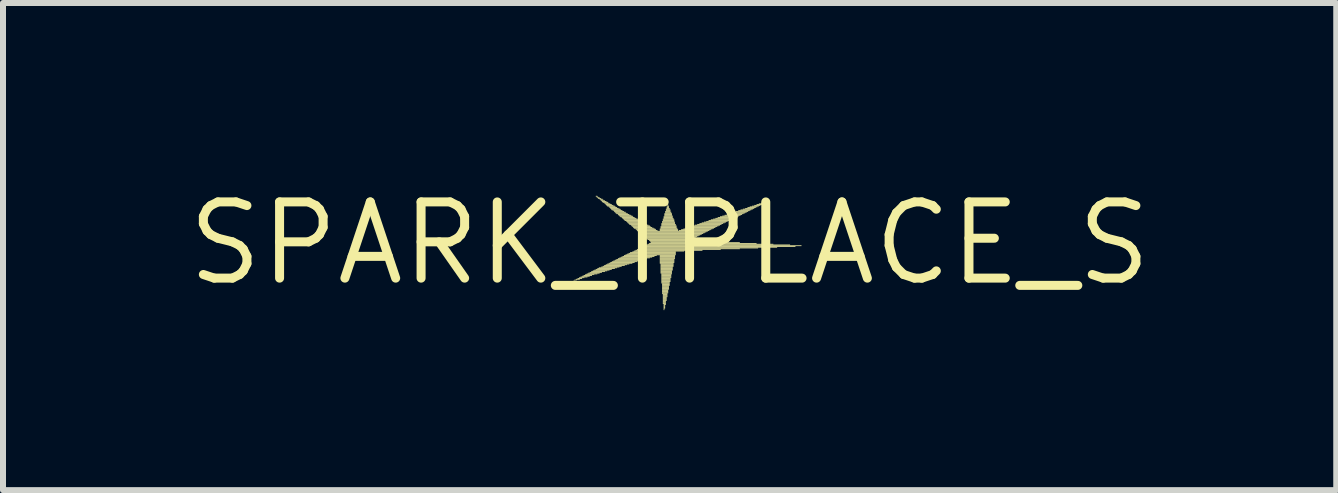
<source format=kicad_pcb>
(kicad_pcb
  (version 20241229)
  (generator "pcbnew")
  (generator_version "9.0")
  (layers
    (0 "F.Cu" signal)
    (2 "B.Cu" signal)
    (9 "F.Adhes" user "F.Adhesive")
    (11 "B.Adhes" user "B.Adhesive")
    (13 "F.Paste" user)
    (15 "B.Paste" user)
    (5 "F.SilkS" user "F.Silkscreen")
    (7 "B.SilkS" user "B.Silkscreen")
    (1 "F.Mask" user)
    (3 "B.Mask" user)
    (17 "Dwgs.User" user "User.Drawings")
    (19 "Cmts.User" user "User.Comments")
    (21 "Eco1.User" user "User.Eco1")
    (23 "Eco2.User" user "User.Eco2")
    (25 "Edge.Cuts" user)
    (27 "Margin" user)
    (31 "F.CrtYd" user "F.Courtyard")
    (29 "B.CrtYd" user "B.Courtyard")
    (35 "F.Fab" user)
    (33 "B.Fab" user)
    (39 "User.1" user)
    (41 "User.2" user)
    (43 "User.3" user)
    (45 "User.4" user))
  (footprint "SPARK_TPLACE_S"
    (layer "F.Cu")
    (at 8.111 1.006)
    (property "Reference" "SPARK_TPLACE_S" (at 0 0 0) (layer "F.SilkS") (effects (font (size 1.27 1.27) (thickness 0.15))))
    (fp_poly (pts (xy -1.599 0.63) (xy -1.586 0.63) (xy -1.586 0.617) (xy -1.599 0.617)) (stroke (width 0) (type default)) (fill yes) (layer "F.SilkS"))
    (fp_poly (pts (xy -1.586 0.617) (xy -1.548 0.617) (xy -1.548 0.605) (xy -1.586 0.605)) (stroke (width 0) (type default)) (fill yes) (layer "F.SilkS"))
    (fp_poly (pts (xy -1.561 0.605) (xy -1.497 0.605) (xy -1.497 0.592) (xy -1.561 0.592)) (stroke (width 0) (type default)) (fill yes) (layer "F.SilkS"))
    (fp_poly (pts (xy -1.535 0.592) (xy -1.459 0.592) (xy -1.459 0.579) (xy -1.535 0.579)) (stroke (width 0) (type default)) (fill yes) (layer "F.SilkS"))
    (fp_poly (pts (xy -1.51 0.579) (xy -1.421 0.579) (xy -1.421 0.567) (xy -1.51 0.567)) (stroke (width 0) (type default)) (fill yes) (layer "F.SilkS"))
    (fp_poly (pts (xy -1.485 0.567) (xy -1.37 0.567) (xy -1.37 0.554) (xy -1.485 0.554)) (stroke (width 0) (type default)) (fill yes) (layer "F.SilkS"))
    (fp_poly (pts (xy -1.459 0.554) (xy -1.332 0.554) (xy -1.332 0.541) (xy -1.459 0.541)) (stroke (width 0) (type default)) (fill yes) (layer "F.SilkS"))
    (fp_poly (pts (xy -1.434 0.541) (xy -1.294 0.541) (xy -1.294 0.528) (xy -1.434 0.528)) (stroke (width 0) (type default)) (fill yes) (layer "F.SilkS"))
    (fp_poly (pts (xy -1.408 0.528) (xy -1.256 0.528) (xy -1.256 0.516) (xy -1.408 0.516)) (stroke (width 0) (type default)) (fill yes) (layer "F.SilkS"))
    (fp_poly (pts (xy -1.383 0.516) (xy -1.205 0.516) (xy -1.205 0.503) (xy -1.383 0.503)) (stroke (width 0) (type default)) (fill yes) (layer "F.SilkS"))
    (fp_poly (pts (xy -1.358 0.503) (xy -1.167 0.503) (xy -1.167 0.49) (xy -1.358 0.49)) (stroke (width 0) (type default)) (fill yes) (layer "F.SilkS"))
    (fp_poly (pts (xy -1.332 0.49) (xy -1.129 0.49) (xy -1.129 0.478) (xy -1.332 0.478)) (stroke (width 0) (type default)) (fill yes) (layer "F.SilkS"))
    (fp_poly (pts (xy -1.307 0.478) (xy -1.078 0.478) (xy -1.078 0.465) (xy -1.307 0.465)) (stroke (width 0) (type default)) (fill yes) (layer "F.SilkS"))
    (fp_poly (pts (xy -1.281 0.465) (xy -1.04 0.465) (xy -1.04 0.452) (xy -1.281 0.452)) (stroke (width 0) (type default)) (fill yes) (layer "F.SilkS"))
    (fp_poly (pts (xy -1.256 0.452) (xy -1.002 0.452) (xy -1.002 0.44) (xy -1.256 0.44)) (stroke (width 0) (type default)) (fill yes) (layer "F.SilkS"))
    (fp_poly (pts (xy -1.231 -0.78) (xy -1.205 -0.78) (xy -1.205 -0.792) (xy -1.231 -0.792)) (stroke (width 0) (type default)) (fill yes) (layer "F.SilkS"))
    (fp_poly (pts (xy -1.231 0.44) (xy -0.964 0.44) (xy -0.964 0.427) (xy -1.231 0.427)) (stroke (width 0) (type default)) (fill yes) (layer "F.SilkS"))
    (fp_poly (pts (xy -1.218 -0.767) (xy -1.192 -0.767) (xy -1.192 -0.78) (xy -1.218 -0.78)) (stroke (width 0) (type default)) (fill yes) (layer "F.SilkS"))
    (fp_poly (pts (xy -1.205 -0.754) (xy -1.167 -0.754) (xy -1.167 -0.767) (xy -1.205 -0.767)) (stroke (width 0) (type default)) (fill yes) (layer "F.SilkS"))
    (fp_poly (pts (xy -1.205 0.427) (xy -0.913 0.427) (xy -0.913 0.414) (xy -1.205 0.414)) (stroke (width 0) (type default)) (fill yes) (layer "F.SilkS"))
    (fp_poly (pts (xy -1.192 -0.742) (xy -1.142 -0.742) (xy -1.142 -0.754) (xy -1.192 -0.754)) (stroke (width 0) (type default)) (fill yes) (layer "F.SilkS"))
    (fp_poly (pts (xy -1.18 0.414) (xy -0.875 0.414) (xy -0.875 0.401) (xy -1.18 0.401)) (stroke (width 0) (type default)) (fill yes) (layer "F.SilkS"))
    (fp_poly (pts (xy -1.167 -0.729) (xy -1.116 -0.729) (xy -1.116 -0.742) (xy -1.167 -0.742)) (stroke (width 0) (type default)) (fill yes) (layer "F.SilkS"))
    (fp_poly (pts (xy -1.154 -0.716) (xy -1.104 -0.716) (xy -1.104 -0.729) (xy -1.154 -0.729)) (stroke (width 0) (type default)) (fill yes) (layer "F.SilkS"))
    (fp_poly (pts (xy -1.142 -0.704) (xy -1.078 -0.704) (xy -1.078 -0.716) (xy -1.142 -0.716)) (stroke (width 0) (type default)) (fill yes) (layer "F.SilkS"))
    (fp_poly (pts (xy -1.142 0.401) (xy -0.837 0.401) (xy -0.837 0.389) (xy -1.142 0.389)) (stroke (width 0) (type default)) (fill yes) (layer "F.SilkS"))
    (fp_poly (pts (xy -1.129 -0.691) (xy -1.053 -0.691) (xy -1.053 -0.704) (xy -1.129 -0.704)) (stroke (width 0) (type default)) (fill yes) (layer "F.SilkS"))
    (fp_poly (pts (xy -1.116 -0.678) (xy -1.027 -0.678) (xy -1.027 -0.691) (xy -1.116 -0.691)) (stroke (width 0) (type default)) (fill yes) (layer "F.SilkS"))
    (fp_poly (pts (xy -1.116 0.389) (xy -0.799 0.389) (xy -0.799 0.376) (xy -1.116 0.376)) (stroke (width 0) (type default)) (fill yes) (layer "F.SilkS"))
    (fp_poly (pts (xy -1.091 -0.665) (xy -1.015 -0.665) (xy -1.015 -0.678) (xy -1.091 -0.678)) (stroke (width 0) (type default)) (fill yes) (layer "F.SilkS"))
    (fp_poly (pts (xy -1.091 0.376) (xy -0.748 0.376) (xy -0.748 0.363) (xy -1.091 0.363)) (stroke (width 0) (type default)) (fill yes) (layer "F.SilkS"))
    (fp_poly (pts (xy -1.078 -0.653) (xy -0.989 -0.653) (xy -0.989 -0.665) (xy -1.078 -0.665)) (stroke (width 0) (type default)) (fill yes) (layer "F.SilkS"))
    (fp_poly (pts (xy -1.065 -0.64) (xy -0.964 -0.64) (xy -0.964 -0.653) (xy -1.065 -0.653)) (stroke (width 0) (type default)) (fill yes) (layer "F.SilkS"))
    (fp_poly (pts (xy -1.065 0.363) (xy -0.71 0.363) (xy -0.71 0.351) (xy -1.065 0.351)) (stroke (width 0) (type default)) (fill yes) (layer "F.SilkS"))
    (fp_poly (pts (xy -1.053 -0.627) (xy -0.938 -0.627) (xy -0.938 -0.64) (xy -1.053 -0.64)) (stroke (width 0) (type default)) (fill yes) (layer "F.SilkS"))
    (fp_poly (pts (xy -1.04 -0.615) (xy -0.913 -0.615) (xy -0.913 -0.627) (xy -1.04 -0.627)) (stroke (width 0) (type default)) (fill yes) (layer "F.SilkS"))
    (fp_poly (pts (xy -1.04 0.351) (xy -0.672 0.351) (xy -0.672 0.338) (xy -1.04 0.338)) (stroke (width 0) (type default)) (fill yes) (layer "F.SilkS"))
    (fp_poly (pts (xy -1.015 -0.602) (xy -0.9 -0.602) (xy -0.9 -0.615) (xy -1.015 -0.615)) (stroke (width 0) (type default)) (fill yes) (layer "F.SilkS"))
    (fp_poly (pts (xy -1.015 0.338) (xy -0.621 0.338) (xy -0.621 0.325) (xy -1.015 0.325)) (stroke (width 0) (type default)) (fill yes) (layer "F.SilkS"))
    (fp_poly (pts (xy -1.002 -0.589) (xy -0.875 -0.589) (xy -0.875 -0.602) (xy -1.002 -0.602)) (stroke (width 0) (type default)) (fill yes) (layer "F.SilkS"))
    (fp_poly (pts (xy -0.989 -0.577) (xy -0.85 -0.577) (xy -0.85 -0.589) (xy -0.989 -0.589)) (stroke (width 0) (type default)) (fill yes) (layer "F.SilkS"))
    (fp_poly (pts (xy -0.989 0.325) (xy -0.583 0.325) (xy -0.583 0.312) (xy -0.989 0.312)) (stroke (width 0) (type default)) (fill yes) (layer "F.SilkS"))
    (fp_poly (pts (xy -0.977 -0.564) (xy -0.824 -0.564) (xy -0.824 -0.577) (xy -0.977 -0.577)) (stroke (width 0) (type default)) (fill yes) (layer "F.SilkS"))
    (fp_poly (pts (xy -0.964 -0.551) (xy -0.811 -0.551) (xy -0.811 -0.564) (xy -0.964 -0.564)) (stroke (width 0) (type default)) (fill yes) (layer "F.SilkS"))
    (fp_poly (pts (xy -0.964 0.312) (xy -0.545 0.312) (xy -0.545 0.3) (xy -0.964 0.3)) (stroke (width 0) (type default)) (fill yes) (layer "F.SilkS"))
    (fp_poly (pts (xy -0.938 -0.538) (xy -0.786 -0.538) (xy -0.786 -0.551) (xy -0.938 -0.551)) (stroke (width 0) (type default)) (fill yes) (layer "F.SilkS"))
    (fp_poly (pts (xy -0.938 0.3) (xy -0.507 0.3) (xy -0.507 0.287) (xy -0.938 0.287)) (stroke (width 0) (type default)) (fill yes) (layer "F.SilkS"))
    (fp_poly (pts (xy -0.926 -0.526) (xy -0.761 -0.526) (xy -0.761 -0.538) (xy -0.926 -0.538)) (stroke (width 0) (type default)) (fill yes) (layer "F.SilkS"))
    (fp_poly (pts (xy -0.913 -0.513) (xy -0.735 -0.513) (xy -0.735 -0.526) (xy -0.913 -0.526)) (stroke (width 0) (type default)) (fill yes) (layer "F.SilkS"))
    (fp_poly (pts (xy -0.913 0.287) (xy -0.456 0.287) (xy -0.456 0.274) (xy -0.913 0.274)) (stroke (width 0) (type default)) (fill yes) (layer "F.SilkS"))
    (fp_poly (pts (xy -0.9 -0.5) (xy -0.723 -0.5) (xy -0.723 -0.513) (xy -0.9 -0.513)) (stroke (width 0) (type default)) (fill yes) (layer "F.SilkS"))
    (fp_poly (pts (xy -0.888 -0.488) (xy -0.697 -0.488) (xy -0.697 -0.5) (xy -0.888 -0.5)) (stroke (width 0) (type default)) (fill yes) (layer "F.SilkS"))
    (fp_poly (pts (xy -0.888 0.274) (xy -0.418 0.274) (xy -0.418 0.262) (xy -0.888 0.262)) (stroke (width 0) (type default)) (fill yes) (layer "F.SilkS"))
    (fp_poly (pts (xy -0.862 -0.475) (xy -0.672 -0.475) (xy -0.672 -0.488) (xy -0.862 -0.488)) (stroke (width 0) (type default)) (fill yes) (layer "F.SilkS"))
    (fp_poly (pts (xy -0.862 0.262) (xy -0.38 0.262) (xy -0.38 0.249) (xy -0.862 0.249)) (stroke (width 0) (type default)) (fill yes) (layer "F.SilkS"))
    (fp_poly (pts (xy -0.85 -0.462) (xy -0.646 -0.462) (xy -0.646 -0.475) (xy -0.85 -0.475)) (stroke (width 0) (type default)) (fill yes) (layer "F.SilkS"))
    (fp_poly (pts (xy -0.837 -0.45) (xy -0.621 -0.45) (xy -0.621 -0.462) (xy -0.837 -0.462)) (stroke (width 0) (type default)) (fill yes) (layer "F.SilkS"))
    (fp_poly (pts (xy -0.837 0.249) (xy -0.329 0.249) (xy -0.329 0.236) (xy -0.837 0.236)) (stroke (width 0) (type default)) (fill yes) (layer "F.SilkS"))
    (fp_poly (pts (xy -0.824 -0.437) (xy -0.608 -0.437) (xy -0.608 -0.45) (xy -0.824 -0.45)) (stroke (width 0) (type default)) (fill yes) (layer "F.SilkS"))
    (fp_poly (pts (xy -0.811 0.236) (xy -0.291 0.236) (xy -0.291 0.224) (xy -0.811 0.224)) (stroke (width 0) (type default)) (fill yes) (layer "F.SilkS"))
    (fp_poly (pts (xy -0.799 -0.424) (xy -0.583 -0.424) (xy -0.583 -0.437) (xy -0.799 -0.437)) (stroke (width 0) (type default)) (fill yes) (layer "F.SilkS"))
    (fp_poly (pts (xy -0.786 -0.411) (xy -0.557 -0.411) (xy -0.557 -0.424) (xy -0.786 -0.424)) (stroke (width 0) (type default)) (fill yes) (layer "F.SilkS"))
    (fp_poly (pts (xy -0.786 0.224) (xy -0.253 0.224) (xy -0.253 0.211) (xy -0.786 0.211)) (stroke (width 0) (type default)) (fill yes) (layer "F.SilkS"))
    (fp_poly (pts (xy -0.773 -0.399) (xy -0.532 -0.399) (xy -0.532 -0.411) (xy -0.773 -0.411)) (stroke (width 0) (type default)) (fill yes) (layer "F.SilkS"))
    (fp_poly (pts (xy -0.761 -0.386) (xy -0.519 -0.386) (xy -0.519 -0.399) (xy -0.761 -0.399)) (stroke (width 0) (type default)) (fill yes) (layer "F.SilkS"))
    (fp_poly (pts (xy -0.761 0.211) (xy -0.215 0.211) (xy -0.215 0.198) (xy -0.761 0.198)) (stroke (width 0) (type default)) (fill yes) (layer "F.SilkS"))
    (fp_poly (pts (xy -0.748 -0.373) (xy -0.494 -0.373) (xy -0.494 -0.386) (xy -0.748 -0.386)) (stroke (width 0) (type default)) (fill yes) (layer "F.SilkS"))
    (fp_poly (pts (xy -0.735 0.198) (xy 0.103 0.198) (xy 0.103 0.185) (xy -0.735 0.185)) (stroke (width 0) (type default)) (fill yes) (layer "F.SilkS"))
    (fp_poly (pts (xy -0.723 -0.361) (xy -0.469 -0.361) (xy -0.469 -0.373) (xy -0.723 -0.373)) (stroke (width 0) (type default)) (fill yes) (layer "F.SilkS"))
    (fp_poly (pts (xy -0.71 -0.348) (xy -0.443 -0.348) (xy -0.443 -0.361) (xy -0.71 -0.361)) (stroke (width 0) (type default)) (fill yes) (layer "F.SilkS"))
    (fp_poly (pts (xy -0.71 0.185) (xy 0.103 0.185) (xy 0.103 0.173) (xy -0.71 0.173)) (stroke (width 0) (type default)) (fill yes) (layer "F.SilkS"))
    (fp_poly (pts (xy -0.697 -0.335) (xy -0.43 -0.335) (xy -0.43 -0.348) (xy -0.697 -0.348)) (stroke (width 0) (type default)) (fill yes) (layer "F.SilkS"))
    (fp_poly (pts (xy -0.684 -0.323) (xy -0.405 -0.323) (xy -0.405 -0.335) (xy -0.684 -0.335)) (stroke (width 0) (type default)) (fill yes) (layer "F.SilkS"))
    (fp_poly (pts (xy -0.684 0.173) (xy 0.103 0.173) (xy 0.103 0.16) (xy -0.684 0.16)) (stroke (width 0) (type default)) (fill yes) (layer "F.SilkS"))
    (fp_poly (pts (xy -0.672 -0.31) (xy -0.38 -0.31) (xy -0.38 -0.323) (xy -0.672 -0.323)) (stroke (width 0) (type default)) (fill yes) (layer "F.SilkS"))
    (fp_poly (pts (xy -0.659 0.16) (xy 0.103 0.16) (xy 0.103 0.147) (xy -0.659 0.147)) (stroke (width 0) (type default)) (fill yes) (layer "F.SilkS"))
    (fp_poly (pts (xy -0.646 -0.297) (xy -0.354 -0.297) (xy -0.354 -0.31) (xy -0.646 -0.31)) (stroke (width 0) (type default)) (fill yes) (layer "F.SilkS"))
    (fp_poly (pts (xy -0.634 -0.284) (xy -0.329 -0.284) (xy -0.329 -0.297) (xy -0.634 -0.297)) (stroke (width 0) (type default)) (fill yes) (layer "F.SilkS"))
    (fp_poly (pts (xy -0.621 -0.272) (xy -0.316 -0.272) (xy -0.316 -0.284) (xy -0.621 -0.284)) (stroke (width 0) (type default)) (fill yes) (layer "F.SilkS"))
    (fp_poly (pts (xy -0.621 0.147) (xy 0.103 0.147) (xy 0.103 0.135) (xy -0.621 0.135)) (stroke (width 0) (type default)) (fill yes) (layer "F.SilkS"))
    (fp_poly (pts (xy -0.608 -0.259) (xy -0.291 -0.259) (xy -0.291 -0.272) (xy -0.608 -0.272)) (stroke (width 0) (type default)) (fill yes) (layer "F.SilkS"))
    (fp_poly (pts (xy -0.596 -0.246) (xy -0.265 -0.246) (xy -0.265 -0.259) (xy -0.596 -0.259)) (stroke (width 0) (type default)) (fill yes) (layer "F.SilkS"))
    (fp_poly (pts (xy -0.596 0.135) (xy 0.243 0.135) (xy 0.243 0.122) (xy -0.596 0.122)) (stroke (width 0) (type default)) (fill yes) (layer "F.SilkS"))
    (fp_poly (pts (xy -0.57 -0.234) (xy -0.24 -0.234) (xy -0.24 -0.246) (xy -0.57 -0.246)) (stroke (width 0) (type default)) (fill yes) (layer "F.SilkS"))
    (fp_poly (pts (xy -0.57 0.122) (xy 0.547 0.122) (xy 0.547 0.109) (xy -0.57 0.109)) (stroke (width 0) (type default)) (fill yes) (layer "F.SilkS"))
    (fp_poly (pts (xy -0.557 -0.221) (xy -0.227 -0.221) (xy -0.227 -0.234) (xy -0.557 -0.234)) (stroke (width 0) (type default)) (fill yes) (layer "F.SilkS"))
    (fp_poly (pts (xy -0.545 -0.208) (xy -0.202 -0.208) (xy -0.202 -0.221) (xy -0.545 -0.221)) (stroke (width 0) (type default)) (fill yes) (layer "F.SilkS"))
    (fp_poly (pts (xy -0.545 0.109) (xy 0.852 0.109) (xy 0.852 0.097) (xy -0.545 0.097)) (stroke (width 0) (type default)) (fill yes) (layer "F.SilkS"))
    (fp_poly (pts (xy -0.532 -0.196) (xy 0.636 -0.196) (xy 0.636 -0.208) (xy -0.532 -0.208)) (stroke (width 0) (type default)) (fill yes) (layer "F.SilkS"))
    (fp_poly (pts (xy -0.519 -0.183) (xy 0.611 -0.183) (xy 0.611 -0.196) (xy -0.519 -0.196)) (stroke (width 0) (type default)) (fill yes) (layer "F.SilkS"))
    (fp_poly (pts (xy -0.519 0.097) (xy 1.17 0.097) (xy 1.17 0.084) (xy -0.519 0.084)) (stroke (width 0) (type default)) (fill yes) (layer "F.SilkS"))
    (fp_poly (pts (xy -0.494 -0.17) (xy 0.586 -0.17) (xy 0.586 -0.183) (xy -0.494 -0.183)) (stroke (width 0) (type default)) (fill yes) (layer "F.SilkS"))
    (fp_poly (pts (xy -0.494 0.084) (xy 1.475 0.084) (xy 1.475 0.071) (xy -0.494 0.071)) (stroke (width 0) (type default)) (fill yes) (layer "F.SilkS"))
    (fp_poly (pts (xy -0.481 -0.157) (xy 0.56 -0.157) (xy 0.56 -0.17) (xy -0.481 -0.17)) (stroke (width 0) (type default)) (fill yes) (layer "F.SilkS"))
    (fp_poly (pts (xy -0.469 -0.145) (xy 0.535 -0.145) (xy 0.535 -0.157) (xy -0.469 -0.157)) (stroke (width 0) (type default)) (fill yes) (layer "F.SilkS"))
    (fp_poly (pts (xy -0.469 0.071) (xy 1.792 0.071) (xy 1.792 0.059) (xy -0.469 0.059)) (stroke (width 0) (type default)) (fill yes) (layer "F.SilkS"))
    (fp_poly (pts (xy -0.456 -0.132) (xy 0.509 -0.132) (xy 0.509 -0.145) (xy -0.456 -0.145)) (stroke (width 0) (type default)) (fill yes) (layer "F.SilkS"))
    (fp_poly (pts (xy -0.443 -0.119) (xy 0.484 -0.119) (xy 0.484 -0.132) (xy -0.443 -0.132)) (stroke (width 0) (type default)) (fill yes) (layer "F.SilkS"))
    (fp_poly (pts (xy -0.443 0.059) (xy 2.097 0.059) (xy 2.097 0.046) (xy -0.443 0.046)) (stroke (width 0) (type default)) (fill yes) (layer "F.SilkS"))
    (fp_poly (pts (xy -0.418 -0.107) (xy 0.459 -0.107) (xy 0.459 -0.119) (xy -0.418 -0.119)) (stroke (width 0) (type default)) (fill yes) (layer "F.SilkS"))
    (fp_poly (pts (xy -0.418 0.046) (xy 2.198 0.046) (xy 2.198 0.033) (xy -0.418 0.033)) (stroke (width 0) (type default)) (fill yes) (layer "F.SilkS"))
    (fp_poly (pts (xy -0.405 -0.094) (xy 0.433 -0.094) (xy 0.433 -0.107) (xy -0.405 -0.107)) (stroke (width 0) (type default)) (fill yes) (layer "F.SilkS"))
    (fp_poly (pts (xy -0.392 -0.081) (xy 0.408 -0.081) (xy 0.408 -0.094) (xy -0.392 -0.094)) (stroke (width 0) (type default)) (fill yes) (layer "F.SilkS"))
    (fp_poly (pts (xy -0.392 0.033) (xy 2.008 0.033) (xy 2.008 0.02) (xy -0.392 0.02)) (stroke (width 0) (type default)) (fill yes) (layer "F.SilkS"))
    (fp_poly (pts (xy -0.38 -0.069) (xy 0.37 -0.069) (xy 0.37 -0.081) (xy -0.38 -0.081)) (stroke (width 0) (type default)) (fill yes) (layer "F.SilkS"))
    (fp_poly (pts (xy -0.367 -0.056) (xy 0.344 -0.056) (xy 0.344 -0.069) (xy -0.367 -0.069)) (stroke (width 0) (type default)) (fill yes) (layer "F.SilkS"))
    (fp_poly (pts (xy -0.367 0.02) (xy 1.729 0.02) (xy 1.729 0.008) (xy -0.367 0.008)) (stroke (width 0) (type default)) (fill yes) (layer "F.SilkS"))
    (fp_poly (pts (xy -0.342 -0.043) (xy 0.319 -0.043) (xy 0.319 -0.056) (xy -0.342 -0.056)) (stroke (width 0) (type default)) (fill yes) (layer "F.SilkS"))
    (fp_poly (pts (xy -0.342 0.008) (xy 1.449 0.008) (xy 1.449 -0.005) (xy -0.342 -0.005)) (stroke (width 0) (type default)) (fill yes) (layer "F.SilkS"))
    (fp_poly (pts (xy -0.329 -0.03) (xy 0.598 -0.03) (xy 0.598 -0.043) (xy -0.329 -0.043)) (stroke (width 0) (type default)) (fill yes) (layer "F.SilkS"))
    (fp_poly (pts (xy -0.316 -0.018) (xy 0.878 -0.018) (xy 0.878 -0.03) (xy -0.316 -0.03)) (stroke (width 0) (type default)) (fill yes) (layer "F.SilkS"))
    (fp_poly (pts (xy -0.316 -0.005) (xy 1.17 -0.005) (xy 1.17 -0.018) (xy -0.316 -0.018)) (stroke (width 0) (type default)) (fill yes) (layer "F.SilkS"))
    (fp_poly (pts (xy -0.164 -0.234) (xy 0.128 -0.234) (xy 0.128 -0.246) (xy -0.164 -0.246)) (stroke (width 0) (type default)) (fill yes) (layer "F.SilkS"))
    (fp_poly (pts (xy -0.164 -0.221) (xy 0.141 -0.221) (xy 0.141 -0.234) (xy -0.164 -0.234)) (stroke (width 0) (type default)) (fill yes) (layer "F.SilkS"))
    (fp_poly (pts (xy -0.164 -0.208) (xy 0.141 -0.208) (xy 0.141 -0.221) (xy -0.164 -0.221)) (stroke (width 0) (type default)) (fill yes) (layer "F.SilkS"))
    (fp_poly (pts (xy -0.164 0.211) (xy 0.09 0.211) (xy 0.09 0.198) (xy -0.164 0.198)) (stroke (width 0) (type default)) (fill yes) (layer "F.SilkS"))
    (fp_poly (pts (xy -0.164 0.224) (xy 0.09 0.224) (xy 0.09 0.211) (xy -0.164 0.211)) (stroke (width 0) (type default)) (fill yes) (layer "F.SilkS"))
    (fp_poly (pts (xy -0.164 0.236) (xy 0.09 0.236) (xy 0.09 0.224) (xy -0.164 0.224)) (stroke (width 0) (type default)) (fill yes) (layer "F.SilkS"))
    (fp_poly (pts (xy -0.164 0.249) (xy 0.09 0.249) (xy 0.09 0.236) (xy -0.164 0.236)) (stroke (width 0) (type default)) (fill yes) (layer "F.SilkS"))
    (fp_poly (pts (xy -0.164 0.262) (xy 0.09 0.262) (xy 0.09 0.249) (xy -0.164 0.249)) (stroke (width 0) (type default)) (fill yes) (layer "F.SilkS"))
    (fp_poly (pts (xy -0.164 0.274) (xy 0.078 0.274) (xy 0.078 0.262) (xy -0.164 0.262)) (stroke (width 0) (type default)) (fill yes) (layer "F.SilkS"))
    (fp_poly (pts (xy -0.164 0.287) (xy 0.078 0.287) (xy 0.078 0.274) (xy -0.164 0.274)) (stroke (width 0) (type default)) (fill yes) (layer "F.SilkS"))
    (fp_poly (pts (xy -0.164 0.3) (xy 0.078 0.3) (xy 0.078 0.287) (xy -0.164 0.287)) (stroke (width 0) (type default)) (fill yes) (layer "F.SilkS"))
    (fp_poly (pts (xy -0.164 0.312) (xy 0.078 0.312) (xy 0.078 0.3) (xy -0.164 0.3)) (stroke (width 0) (type default)) (fill yes) (layer "F.SilkS"))
    (fp_poly (pts (xy -0.164 0.325) (xy 0.078 0.325) (xy 0.078 0.312) (xy -0.164 0.312)) (stroke (width 0) (type default)) (fill yes) (layer "F.SilkS"))
    (fp_poly (pts (xy -0.164 0.338) (xy 0.065 0.338) (xy 0.065 0.325) (xy -0.164 0.325)) (stroke (width 0) (type default)) (fill yes) (layer "F.SilkS"))
    (fp_poly (pts (xy -0.151 -0.272) (xy 0.116 -0.272) (xy 0.116 -0.284) (xy -0.151 -0.284)) (stroke (width 0) (type default)) (fill yes) (layer "F.SilkS"))
    (fp_poly (pts (xy -0.151 -0.259) (xy 0.116 -0.259) (xy 0.116 -0.272) (xy -0.151 -0.272)) (stroke (width 0) (type default)) (fill yes) (layer "F.SilkS"))
    (fp_poly (pts (xy -0.151 -0.246) (xy 0.128 -0.246) (xy 0.128 -0.259) (xy -0.151 -0.259)) (stroke (width 0) (type default)) (fill yes) (layer "F.SilkS"))
    (fp_poly (pts (xy -0.151 0.351) (xy 0.065 0.351) (xy 0.065 0.338) (xy -0.151 0.338)) (stroke (width 0) (type default)) (fill yes) (layer "F.SilkS"))
    (fp_poly (pts (xy -0.151 0.363) (xy 0.065 0.363) (xy 0.065 0.351) (xy -0.151 0.351)) (stroke (width 0) (type default)) (fill yes) (layer "F.SilkS"))
    (fp_poly (pts (xy -0.151 0.376) (xy 0.065 0.376) (xy 0.065 0.363) (xy -0.151 0.363)) (stroke (width 0) (type default)) (fill yes) (layer "F.SilkS"))
    (fp_poly (pts (xy -0.151 0.389) (xy 0.065 0.389) (xy 0.065 0.376) (xy -0.151 0.376)) (stroke (width 0) (type default)) (fill yes) (layer "F.SilkS"))
    (fp_poly (pts (xy -0.151 0.401) (xy 0.052 0.401) (xy 0.052 0.389) (xy -0.151 0.389)) (stroke (width 0) (type default)) (fill yes) (layer "F.SilkS"))
    (fp_poly (pts (xy -0.151 0.414) (xy 0.052 0.414) (xy 0.052 0.401) (xy -0.151 0.401)) (stroke (width 0) (type default)) (fill yes) (layer "F.SilkS"))
    (fp_poly (pts (xy -0.151 0.427) (xy 0.052 0.427) (xy 0.052 0.414) (xy -0.151 0.414)) (stroke (width 0) (type default)) (fill yes) (layer "F.SilkS"))
    (fp_poly (pts (xy -0.151 0.44) (xy 0.052 0.44) (xy 0.052 0.427) (xy -0.151 0.427)) (stroke (width 0) (type default)) (fill yes) (layer "F.SilkS"))
    (fp_poly (pts (xy -0.151 0.452) (xy 0.052 0.452) (xy 0.052 0.44) (xy -0.151 0.44)) (stroke (width 0) (type default)) (fill yes) (layer "F.SilkS"))
    (fp_poly (pts (xy -0.151 0.465) (xy 0.039 0.465) (xy 0.039 0.452) (xy -0.151 0.452)) (stroke (width 0) (type default)) (fill yes) (layer "F.SilkS"))
    (fp_poly (pts (xy -0.151 0.478) (xy 0.039 0.478) (xy 0.039 0.465) (xy -0.151 0.465)) (stroke (width 0) (type default)) (fill yes) (layer "F.SilkS"))
    (fp_poly (pts (xy -0.151 0.49) (xy 0.039 0.49) (xy 0.039 0.478) (xy -0.151 0.478)) (stroke (width 0) (type default)) (fill yes) (layer "F.SilkS"))
    (fp_poly (pts (xy -0.151 0.503) (xy 0.039 0.503) (xy 0.039 0.49) (xy -0.151 0.49)) (stroke (width 0) (type default)) (fill yes) (layer "F.SilkS"))
    (fp_poly (pts (xy -0.138 -0.323) (xy 0.09 -0.323) (xy 0.09 -0.335) (xy -0.138 -0.335)) (stroke (width 0) (type default)) (fill yes) (layer "F.SilkS"))
    (fp_poly (pts (xy -0.138 -0.31) (xy 0.103 -0.31) (xy 0.103 -0.323) (xy -0.138 -0.323)) (stroke (width 0) (type default)) (fill yes) (layer "F.SilkS"))
    (fp_poly (pts (xy -0.138 -0.297) (xy 0.103 -0.297) (xy 0.103 -0.31) (xy -0.138 -0.31)) (stroke (width 0) (type default)) (fill yes) (layer "F.SilkS"))
    (fp_poly (pts (xy -0.138 -0.284) (xy 0.116 -0.284) (xy 0.116 -0.297) (xy -0.138 -0.297)) (stroke (width 0) (type default)) (fill yes) (layer "F.SilkS"))
    (fp_poly (pts (xy -0.138 0.516) (xy 0.039 0.516) (xy 0.039 0.503) (xy -0.138 0.503)) (stroke (width 0) (type default)) (fill yes) (layer "F.SilkS"))
    (fp_poly (pts (xy -0.138 0.528) (xy 0.027 0.528) (xy 0.027 0.516) (xy -0.138 0.516)) (stroke (width 0) (type default)) (fill yes) (layer "F.SilkS"))
    (fp_poly (pts (xy -0.138 0.541) (xy 0.027 0.541) (xy 0.027 0.528) (xy -0.138 0.528)) (stroke (width 0) (type default)) (fill yes) (layer "F.SilkS"))
    (fp_poly (pts (xy -0.138 0.554) (xy 0.027 0.554) (xy 0.027 0.541) (xy -0.138 0.541)) (stroke (width 0) (type default)) (fill yes) (layer "F.SilkS"))
    (fp_poly (pts (xy -0.138 0.567) (xy 0.027 0.567) (xy 0.027 0.554) (xy -0.138 0.554)) (stroke (width 0) (type default)) (fill yes) (layer "F.SilkS"))
    (fp_poly (pts (xy -0.138 0.579) (xy 0.027 0.579) (xy 0.027 0.567) (xy -0.138 0.567)) (stroke (width 0) (type default)) (fill yes) (layer "F.SilkS"))
    (fp_poly (pts (xy -0.138 0.592) (xy 0.014 0.592) (xy 0.014 0.579) (xy -0.138 0.579)) (stroke (width 0) (type default)) (fill yes) (layer "F.SilkS"))
    (fp_poly (pts (xy -0.138 0.605) (xy 0.014 0.605) (xy 0.014 0.592) (xy -0.138 0.592)) (stroke (width 0) (type default)) (fill yes) (layer "F.SilkS"))
    (fp_poly (pts (xy -0.138 0.617) (xy 0.014 0.617) (xy 0.014 0.605) (xy -0.138 0.605)) (stroke (width 0) (type default)) (fill yes) (layer "F.SilkS"))
    (fp_poly (pts (xy -0.138 0.63) (xy 0.014 0.63) (xy 0.014 0.617) (xy -0.138 0.617)) (stroke (width 0) (type default)) (fill yes) (layer "F.SilkS"))
    (fp_poly (pts (xy -0.138 0.643) (xy 0.014 0.643) (xy 0.014 0.63) (xy -0.138 0.63)) (stroke (width 0) (type default)) (fill yes) (layer "F.SilkS"))
    (fp_poly (pts (xy -0.138 0.655) (xy 0.001 0.655) (xy 0.001 0.643) (xy -0.138 0.643)) (stroke (width 0) (type default)) (fill yes) (layer "F.SilkS"))
    (fp_poly (pts (xy -0.138 0.668) (xy 0.001 0.668) (xy 0.001 0.655) (xy -0.138 0.655)) (stroke (width 0) (type default)) (fill yes) (layer "F.SilkS"))
    (fp_poly (pts (xy -0.126 -0.361) (xy 0.078 -0.361) (xy 0.078 -0.373) (xy -0.126 -0.373)) (stroke (width 0) (type default)) (fill yes) (layer "F.SilkS"))
    (fp_poly (pts (xy -0.126 -0.348) (xy 0.09 -0.348) (xy 0.09 -0.361) (xy -0.126 -0.361)) (stroke (width 0) (type default)) (fill yes) (layer "F.SilkS"))
    (fp_poly (pts (xy -0.126 -0.335) (xy 0.09 -0.335) (xy 0.09 -0.348) (xy -0.126 -0.348)) (stroke (width 0) (type default)) (fill yes) (layer "F.SilkS"))
    (fp_poly (pts (xy -0.126 0.681) (xy 0.001 0.681) (xy 0.001 0.668) (xy -0.126 0.668)) (stroke (width 0) (type default)) (fill yes) (layer "F.SilkS"))
    (fp_poly (pts (xy -0.126 0.694) (xy 0.001 0.694) (xy 0.001 0.681) (xy -0.126 0.681)) (stroke (width 0) (type default)) (fill yes) (layer "F.SilkS"))
    (fp_poly (pts (xy -0.126 0.706) (xy 0.001 0.706) (xy 0.001 0.694) (xy -0.126 0.694)) (stroke (width 0) (type default)) (fill yes) (layer "F.SilkS"))
    (fp_poly (pts (xy -0.126 0.719) (xy -0.011 0.719) (xy -0.011 0.706) (xy -0.126 0.706)) (stroke (width 0) (type default)) (fill yes) (layer "F.SilkS"))
    (fp_poly (pts (xy -0.126 0.732) (xy -0.011 0.732) (xy -0.011 0.719) (xy -0.126 0.719)) (stroke (width 0) (type default)) (fill yes) (layer "F.SilkS"))
    (fp_poly (pts (xy -0.126 0.744) (xy -0.011 0.744) (xy -0.011 0.732) (xy -0.126 0.732)) (stroke (width 0) (type default)) (fill yes) (layer "F.SilkS"))
    (fp_poly (pts (xy -0.126 0.757) (xy -0.011 0.757) (xy -0.011 0.744) (xy -0.126 0.744)) (stroke (width 0) (type default)) (fill yes) (layer "F.SilkS"))
    (fp_poly (pts (xy -0.126 0.77) (xy -0.011 0.77) (xy -0.011 0.757) (xy -0.126 0.757)) (stroke (width 0) (type default)) (fill yes) (layer "F.SilkS"))
    (fp_poly (pts (xy -0.126 0.782) (xy -0.024 0.782) (xy -0.024 0.77) (xy -0.126 0.77)) (stroke (width 0) (type default)) (fill yes) (layer "F.SilkS"))
    (fp_poly (pts (xy -0.126 0.795) (xy -0.024 0.795) (xy -0.024 0.782) (xy -0.126 0.782)) (stroke (width 0) (type default)) (fill yes) (layer "F.SilkS"))
    (fp_poly (pts (xy -0.126 0.808) (xy -0.024 0.808) (xy -0.024 0.795) (xy -0.126 0.795)) (stroke (width 0) (type default)) (fill yes) (layer "F.SilkS"))
    (fp_poly (pts (xy -0.126 0.821) (xy -0.024 0.821) (xy -0.024 0.808) (xy -0.126 0.808)) (stroke (width 0) (type default)) (fill yes) (layer "F.SilkS"))
    (fp_poly (pts (xy -0.126 0.833) (xy -0.024 0.833) (xy -0.024 0.821) (xy -0.126 0.821)) (stroke (width 0) (type default)) (fill yes) (layer "F.SilkS"))
    (fp_poly (pts (xy -0.126 0.846) (xy -0.037 0.846) (xy -0.037 0.833) (xy -0.126 0.833)) (stroke (width 0) (type default)) (fill yes) (layer "F.SilkS"))
    (fp_poly (pts (xy -0.113 -0.399) (xy 0.065 -0.399) (xy 0.065 -0.411) (xy -0.113 -0.411)) (stroke (width 0) (type default)) (fill yes) (layer "F.SilkS"))
    (fp_poly (pts (xy -0.113 -0.386) (xy 0.078 -0.386) (xy 0.078 -0.399) (xy -0.113 -0.399)) (stroke (width 0) (type default)) (fill yes) (layer "F.SilkS"))
    (fp_poly (pts (xy -0.113 -0.373) (xy 0.078 -0.373) (xy 0.078 -0.386) (xy -0.113 -0.386)) (stroke (width 0) (type default)) (fill yes) (layer "F.SilkS"))
    (fp_poly (pts (xy -0.113 0.859) (xy -0.037 0.859) (xy -0.037 0.846) (xy -0.113 0.846)) (stroke (width 0) (type default)) (fill yes) (layer "F.SilkS"))
    (fp_poly (pts (xy -0.113 0.871) (xy -0.037 0.871) (xy -0.037 0.859) (xy -0.113 0.859)) (stroke (width 0) (type default)) (fill yes) (layer "F.SilkS"))
    (fp_poly (pts (xy -0.113 0.884) (xy -0.037 0.884) (xy -0.037 0.871) (xy -0.113 0.871)) (stroke (width 0) (type default)) (fill yes) (layer "F.SilkS"))
    (fp_poly (pts (xy -0.113 0.897) (xy -0.037 0.897) (xy -0.037 0.884) (xy -0.113 0.884)) (stroke (width 0) (type default)) (fill yes) (layer "F.SilkS"))
    (fp_poly (pts (xy -0.113 0.909) (xy -0.049 0.909) (xy -0.049 0.897) (xy -0.113 0.897)) (stroke (width 0) (type default)) (fill yes) (layer "F.SilkS"))
    (fp_poly (pts (xy -0.113 0.922) (xy -0.049 0.922) (xy -0.049 0.909) (xy -0.113 0.909)) (stroke (width 0) (type default)) (fill yes) (layer "F.SilkS"))
    (fp_poly (pts (xy -0.113 0.935) (xy -0.049 0.935) (xy -0.049 0.922) (xy -0.113 0.922)) (stroke (width 0) (type default)) (fill yes) (layer "F.SilkS"))
    (fp_poly (pts (xy -0.113 0.948) (xy -0.049 0.948) (xy -0.049 0.935) (xy -0.113 0.935)) (stroke (width 0) (type default)) (fill yes) (layer "F.SilkS"))
    (fp_poly (pts (xy -0.113 0.96) (xy -0.049 0.96) (xy -0.049 0.948) (xy -0.113 0.948)) (stroke (width 0) (type default)) (fill yes) (layer "F.SilkS"))
    (fp_poly (pts (xy -0.113 0.973) (xy -0.062 0.973) (xy -0.062 0.96) (xy -0.113 0.96)) (stroke (width 0) (type default)) (fill yes) (layer "F.SilkS"))
    (fp_poly (pts (xy -0.113 0.986) (xy -0.062 0.986) (xy -0.062 0.973) (xy -0.113 0.973)) (stroke (width 0) (type default)) (fill yes) (layer "F.SilkS"))
    (fp_poly (pts (xy -0.113 0.998) (xy -0.062 0.998) (xy -0.062 0.986) (xy -0.113 0.986)) (stroke (width 0) (type default)) (fill yes) (layer "F.SilkS"))
    (fp_poly (pts (xy -0.113 1.011) (xy -0.062 1.011) (xy -0.062 0.998) (xy -0.113 0.998)) (stroke (width 0) (type default)) (fill yes) (layer "F.SilkS"))
    (fp_poly (pts (xy -0.1 -0.437) (xy 0.052 -0.437) (xy 0.052 -0.45) (xy -0.1 -0.45)) (stroke (width 0) (type default)) (fill yes) (layer "F.SilkS"))
    (fp_poly (pts (xy -0.1 -0.424) (xy 0.052 -0.424) (xy 0.052 -0.437) (xy -0.1 -0.437)) (stroke (width 0) (type default)) (fill yes) (layer "F.SilkS"))
    (fp_poly (pts (xy -0.1 -0.411) (xy 0.065 -0.411) (xy 0.065 -0.424) (xy -0.1 -0.424)) (stroke (width 0) (type default)) (fill yes) (layer "F.SilkS"))
    (fp_poly (pts (xy -0.1 1.024) (xy -0.062 1.024) (xy -0.062 1.011) (xy -0.1 1.011)) (stroke (width 0) (type default)) (fill yes) (layer "F.SilkS"))
    (fp_poly (pts (xy -0.1 1.036) (xy -0.075 1.036) (xy -0.075 1.024) (xy -0.1 1.024)) (stroke (width 0) (type default)) (fill yes) (layer "F.SilkS"))
    (fp_poly (pts (xy -0.1 1.049) (xy -0.075 1.049) (xy -0.075 1.036) (xy -0.1 1.036)) (stroke (width 0) (type default)) (fill yes) (layer "F.SilkS"))
    (fp_poly (pts (xy -0.1 1.062) (xy -0.075 1.062) (xy -0.075 1.049) (xy -0.1 1.049)) (stroke (width 0) (type default)) (fill yes) (layer "F.SilkS"))
    (fp_poly (pts (xy -0.1 1.075) (xy -0.075 1.075) (xy -0.075 1.062) (xy -0.1 1.062)) (stroke (width 0) (type default)) (fill yes) (layer "F.SilkS"))
    (fp_poly (pts (xy -0.1 1.087) (xy -0.075 1.087) (xy -0.075 1.075) (xy -0.1 1.075)) (stroke (width 0) (type default)) (fill yes) (layer "F.SilkS"))
    (fp_poly (pts (xy -0.1 1.1) (xy -0.088 1.1) (xy -0.088 1.087) (xy -0.1 1.087)) (stroke (width 0) (type default)) (fill yes) (layer "F.SilkS"))
    (fp_poly (pts (xy -0.1 1.113) (xy -0.088 1.113) (xy -0.088 1.1) (xy -0.1 1.1)) (stroke (width 0) (type default)) (fill yes) (layer "F.SilkS"))
    (fp_poly (pts (xy -0.088 -0.488) (xy 0.039 -0.488) (xy 0.039 -0.5) (xy -0.088 -0.5)) (stroke (width 0) (type default)) (fill yes) (layer "F.SilkS"))
    (fp_poly (pts (xy -0.088 -0.475) (xy 0.039 -0.475) (xy 0.039 -0.488) (xy -0.088 -0.488)) (stroke (width 0) (type default)) (fill yes) (layer "F.SilkS"))
    (fp_poly (pts (xy -0.088 -0.462) (xy 0.039 -0.462) (xy 0.039 -0.475) (xy -0.088 -0.475)) (stroke (width 0) (type default)) (fill yes) (layer "F.SilkS"))
    (fp_poly (pts (xy -0.088 -0.45) (xy 0.052 -0.45) (xy 0.052 -0.462) (xy -0.088 -0.462)) (stroke (width 0) (type default)) (fill yes) (layer "F.SilkS"))
    (fp_poly (pts (xy -0.075 -0.526) (xy 0.014 -0.526) (xy 0.014 -0.538) (xy -0.075 -0.538)) (stroke (width 0) (type default)) (fill yes) (layer "F.SilkS"))
    (fp_poly (pts (xy -0.075 -0.513) (xy 0.027 -0.513) (xy 0.027 -0.526) (xy -0.075 -0.526)) (stroke (width 0) (type default)) (fill yes) (layer "F.SilkS"))
    (fp_poly (pts (xy -0.075 -0.5) (xy 0.027 -0.5) (xy 0.027 -0.513) (xy -0.075 -0.513)) (stroke (width 0) (type default)) (fill yes) (layer "F.SilkS"))
    (fp_poly (pts (xy -0.062 -0.564) (xy 0.001 -0.564) (xy 0.001 -0.577) (xy -0.062 -0.577)) (stroke (width 0) (type default)) (fill yes) (layer "F.SilkS"))
    (fp_poly (pts (xy -0.062 -0.551) (xy 0.014 -0.551) (xy 0.014 -0.564) (xy -0.062 -0.564)) (stroke (width 0) (type default)) (fill yes) (layer "F.SilkS"))
    (fp_poly (pts (xy -0.062 -0.538) (xy 0.014 -0.538) (xy 0.014 -0.551) (xy -0.062 -0.551)) (stroke (width 0) (type default)) (fill yes) (layer "F.SilkS"))
    (fp_poly (pts (xy -0.049 -0.602) (xy -0.011 -0.602) (xy -0.011 -0.615) (xy -0.049 -0.615)) (stroke (width 0) (type default)) (fill yes) (layer "F.SilkS"))
    (fp_poly (pts (xy -0.049 -0.589) (xy -0.011 -0.589) (xy -0.011 -0.602) (xy -0.049 -0.602)) (stroke (width 0) (type default)) (fill yes) (layer "F.SilkS"))
    (fp_poly (pts (xy -0.049 -0.577) (xy 0.001 -0.577) (xy 0.001 -0.589) (xy -0.049 -0.589)) (stroke (width 0) (type default)) (fill yes) (layer "F.SilkS"))
    (fp_poly (pts (xy -0.037 -0.64) (xy -0.024 -0.64) (xy -0.024 -0.653) (xy -0.037 -0.653)) (stroke (width 0) (type default)) (fill yes) (layer "F.SilkS"))
    (fp_poly (pts (xy -0.037 -0.627) (xy -0.024 -0.627) (xy -0.024 -0.64) (xy -0.037 -0.64)) (stroke (width 0) (type default)) (fill yes) (layer "F.SilkS"))
    (fp_poly (pts (xy -0.037 -0.615) (xy -0.011 -0.615) (xy -0.011 -0.627) (xy -0.037 -0.627)) (stroke (width 0) (type default)) (fill yes) (layer "F.SilkS"))
    (fp_poly (pts (xy 0.154 -0.208) (xy 0.662 -0.208) (xy 0.662 -0.221) (xy 0.154 -0.221)) (stroke (width 0) (type default)) (fill yes) (layer "F.SilkS"))
    (fp_poly (pts (xy 0.192 -0.221) (xy 0.687 -0.221) (xy 0.687 -0.234) (xy 0.192 -0.234)) (stroke (width 0) (type default)) (fill yes) (layer "F.SilkS"))
    (fp_poly (pts (xy 0.23 -0.234) (xy 0.713 -0.234) (xy 0.713 -0.246) (xy 0.23 -0.246)) (stroke (width 0) (type default)) (fill yes) (layer "F.SilkS"))
    (fp_poly (pts (xy 0.268 -0.246) (xy 0.738 -0.246) (xy 0.738 -0.259) (xy 0.268 -0.259)) (stroke (width 0) (type default)) (fill yes) (layer "F.SilkS"))
    (fp_poly (pts (xy 0.306 -0.259) (xy 0.763 -0.259) (xy 0.763 -0.272) (xy 0.306 -0.272)) (stroke (width 0) (type default)) (fill yes) (layer "F.SilkS"))
    (fp_poly (pts (xy 0.344 -0.272) (xy 0.789 -0.272) (xy 0.789 -0.284) (xy 0.344 -0.284)) (stroke (width 0) (type default)) (fill yes) (layer "F.SilkS"))
    (fp_poly (pts (xy 0.382 -0.284) (xy 0.814 -0.284) (xy 0.814 -0.297) (xy 0.382 -0.297)) (stroke (width 0) (type default)) (fill yes) (layer "F.SilkS"))
    (fp_poly (pts (xy 0.42 -0.297) (xy 0.84 -0.297) (xy 0.84 -0.31) (xy 0.42 -0.31)) (stroke (width 0) (type default)) (fill yes) (layer "F.SilkS"))
    (fp_poly (pts (xy 0.459 -0.31) (xy 0.865 -0.31) (xy 0.865 -0.323) (xy 0.459 -0.323)) (stroke (width 0) (type default)) (fill yes) (layer "F.SilkS"))
    (fp_poly (pts (xy 0.497 -0.323) (xy 0.89 -0.323) (xy 0.89 -0.335) (xy 0.497 -0.335)) (stroke (width 0) (type default)) (fill yes) (layer "F.SilkS"))
    (fp_poly (pts (xy 0.535 -0.335) (xy 0.916 -0.335) (xy 0.916 -0.348) (xy 0.535 -0.348)) (stroke (width 0) (type default)) (fill yes) (layer "F.SilkS"))
    (fp_poly (pts (xy 0.573 -0.348) (xy 0.941 -0.348) (xy 0.941 -0.361) (xy 0.573 -0.361)) (stroke (width 0) (type default)) (fill yes) (layer "F.SilkS"))
    (fp_poly (pts (xy 0.611 -0.361) (xy 0.967 -0.361) (xy 0.967 -0.373) (xy 0.611 -0.373)) (stroke (width 0) (type default)) (fill yes) (layer "F.SilkS"))
    (fp_poly (pts (xy 0.649 -0.373) (xy 0.992 -0.373) (xy 0.992 -0.386) (xy 0.649 -0.386)) (stroke (width 0) (type default)) (fill yes) (layer "F.SilkS"))
    (fp_poly (pts (xy 0.687 -0.386) (xy 1.017 -0.386) (xy 1.017 -0.399) (xy 0.687 -0.399)) (stroke (width 0) (type default)) (fill yes) (layer "F.SilkS"))
    (fp_poly (pts (xy 0.725 -0.399) (xy 1.043 -0.399) (xy 1.043 -0.411) (xy 0.725 -0.411)) (stroke (width 0) (type default)) (fill yes) (layer "F.SilkS"))
    (fp_poly (pts (xy 0.763 -0.411) (xy 1.068 -0.411) (xy 1.068 -0.424) (xy 0.763 -0.424)) (stroke (width 0) (type default)) (fill yes) (layer "F.SilkS"))
    (fp_poly (pts (xy 0.801 -0.424) (xy 1.094 -0.424) (xy 1.094 -0.437) (xy 0.801 -0.437)) (stroke (width 0) (type default)) (fill yes) (layer "F.SilkS"))
    (fp_poly (pts (xy 0.84 -0.437) (xy 1.132 -0.437) (xy 1.132 -0.45) (xy 0.84 -0.45)) (stroke (width 0) (type default)) (fill yes) (layer "F.SilkS"))
    (fp_poly (pts (xy 0.878 -0.45) (xy 1.157 -0.45) (xy 1.157 -0.462) (xy 0.878 -0.462)) (stroke (width 0) (type default)) (fill yes) (layer "F.SilkS"))
    (fp_poly (pts (xy 0.916 -0.462) (xy 1.182 -0.462) (xy 1.182 -0.475) (xy 0.916 -0.475)) (stroke (width 0) (type default)) (fill yes) (layer "F.SilkS"))
    (fp_poly (pts (xy 0.954 -0.475) (xy 1.208 -0.475) (xy 1.208 -0.488) (xy 0.954 -0.488)) (stroke (width 0) (type default)) (fill yes) (layer "F.SilkS"))
    (fp_poly (pts (xy 0.992 -0.488) (xy 1.233 -0.488) (xy 1.233 -0.5) (xy 0.992 -0.5)) (stroke (width 0) (type default)) (fill yes) (layer "F.SilkS"))
    (fp_poly (pts (xy 1.03 -0.5) (xy 1.259 -0.5) (xy 1.259 -0.513) (xy 1.03 -0.513)) (stroke (width 0) (type default)) (fill yes) (layer "F.SilkS"))
    (fp_poly (pts (xy 1.068 -0.513) (xy 1.284 -0.513) (xy 1.284 -0.526) (xy 1.068 -0.526)) (stroke (width 0) (type default)) (fill yes) (layer "F.SilkS"))
    (fp_poly (pts (xy 1.106 -0.526) (xy 1.309 -0.526) (xy 1.309 -0.538) (xy 1.106 -0.538)) (stroke (width 0) (type default)) (fill yes) (layer "F.SilkS"))
    (fp_poly (pts (xy 1.144 -0.538) (xy 1.335 -0.538) (xy 1.335 -0.551) (xy 1.144 -0.551)) (stroke (width 0) (type default)) (fill yes) (layer "F.SilkS"))
    (fp_poly (pts (xy 1.182 -0.551) (xy 1.36 -0.551) (xy 1.36 -0.564) (xy 1.182 -0.564)) (stroke (width 0) (type default)) (fill yes) (layer "F.SilkS"))
    (fp_poly (pts (xy 1.221 -0.564) (xy 1.386 -0.564) (xy 1.386 -0.577) (xy 1.221 -0.577)) (stroke (width 0) (type default)) (fill yes) (layer "F.SilkS"))
    (fp_poly (pts (xy 1.259 -0.577) (xy 1.411 -0.577) (xy 1.411 -0.589) (xy 1.259 -0.589)) (stroke (width 0) (type default)) (fill yes) (layer "F.SilkS"))
    (fp_poly (pts (xy 1.297 -0.589) (xy 1.436 -0.589) (xy 1.436 -0.602) (xy 1.297 -0.602)) (stroke (width 0) (type default)) (fill yes) (layer "F.SilkS"))
    (fp_poly (pts (xy 1.335 -0.602) (xy 1.462 -0.602) (xy 1.462 -0.615) (xy 1.335 -0.615)) (stroke (width 0) (type default)) (fill yes) (layer "F.SilkS"))
    (fp_poly (pts (xy 1.373 -0.615) (xy 1.487 -0.615) (xy 1.487 -0.627) (xy 1.373 -0.627)) (stroke (width 0) (type default)) (fill yes) (layer "F.SilkS"))
    (fp_poly (pts (xy 1.411 -0.627) (xy 1.513 -0.627) (xy 1.513 -0.64) (xy 1.411 -0.64)) (stroke (width 0) (type default)) (fill yes) (layer "F.SilkS"))
    (fp_poly (pts (xy 1.449 -0.64) (xy 1.538 -0.64) (xy 1.538 -0.653) (xy 1.449 -0.653)) (stroke (width 0) (type default)) (fill yes) (layer "F.SilkS"))
    (fp_poly (pts (xy 1.487 -0.653) (xy 1.563 -0.653) (xy 1.563 -0.665) (xy 1.487 -0.665)) (stroke (width 0) (type default)) (fill yes) (layer "F.SilkS"))
    (fp_poly (pts (xy 1.525 -0.665) (xy 1.589 -0.665) (xy 1.589 -0.678) (xy 1.525 -0.678)) (stroke (width 0) (type default)) (fill yes) (layer "F.SilkS"))
    (fp_poly (pts (xy 1.563 -0.678) (xy 1.614 -0.678) (xy 1.614 -0.691) (xy 1.563 -0.691)) (stroke (width 0) (type default)) (fill yes) (layer "F.SilkS"))
    (fp_poly (pts (xy 1.602 -0.691) (xy 1.64 -0.691) (xy 1.64 -0.704) (xy 1.602 -0.704)) (stroke (width 0) (type default)) (fill yes) (layer "F.SilkS"))
    (fp_poly (pts (xy 1.64 -0.704) (xy 1.652 -0.704) (xy 1.652 -0.716) (xy 1.64 -0.716)) (stroke (width 0) (type default)) (fill yes) (layer "F.SilkS")))
  (gr_rect
    (start -3 -3)
    (end 19.222 5.119)
    (stroke (width 0.1) (type default))
    (fill no)
    (layer "Edge.Cuts")))
</source>
